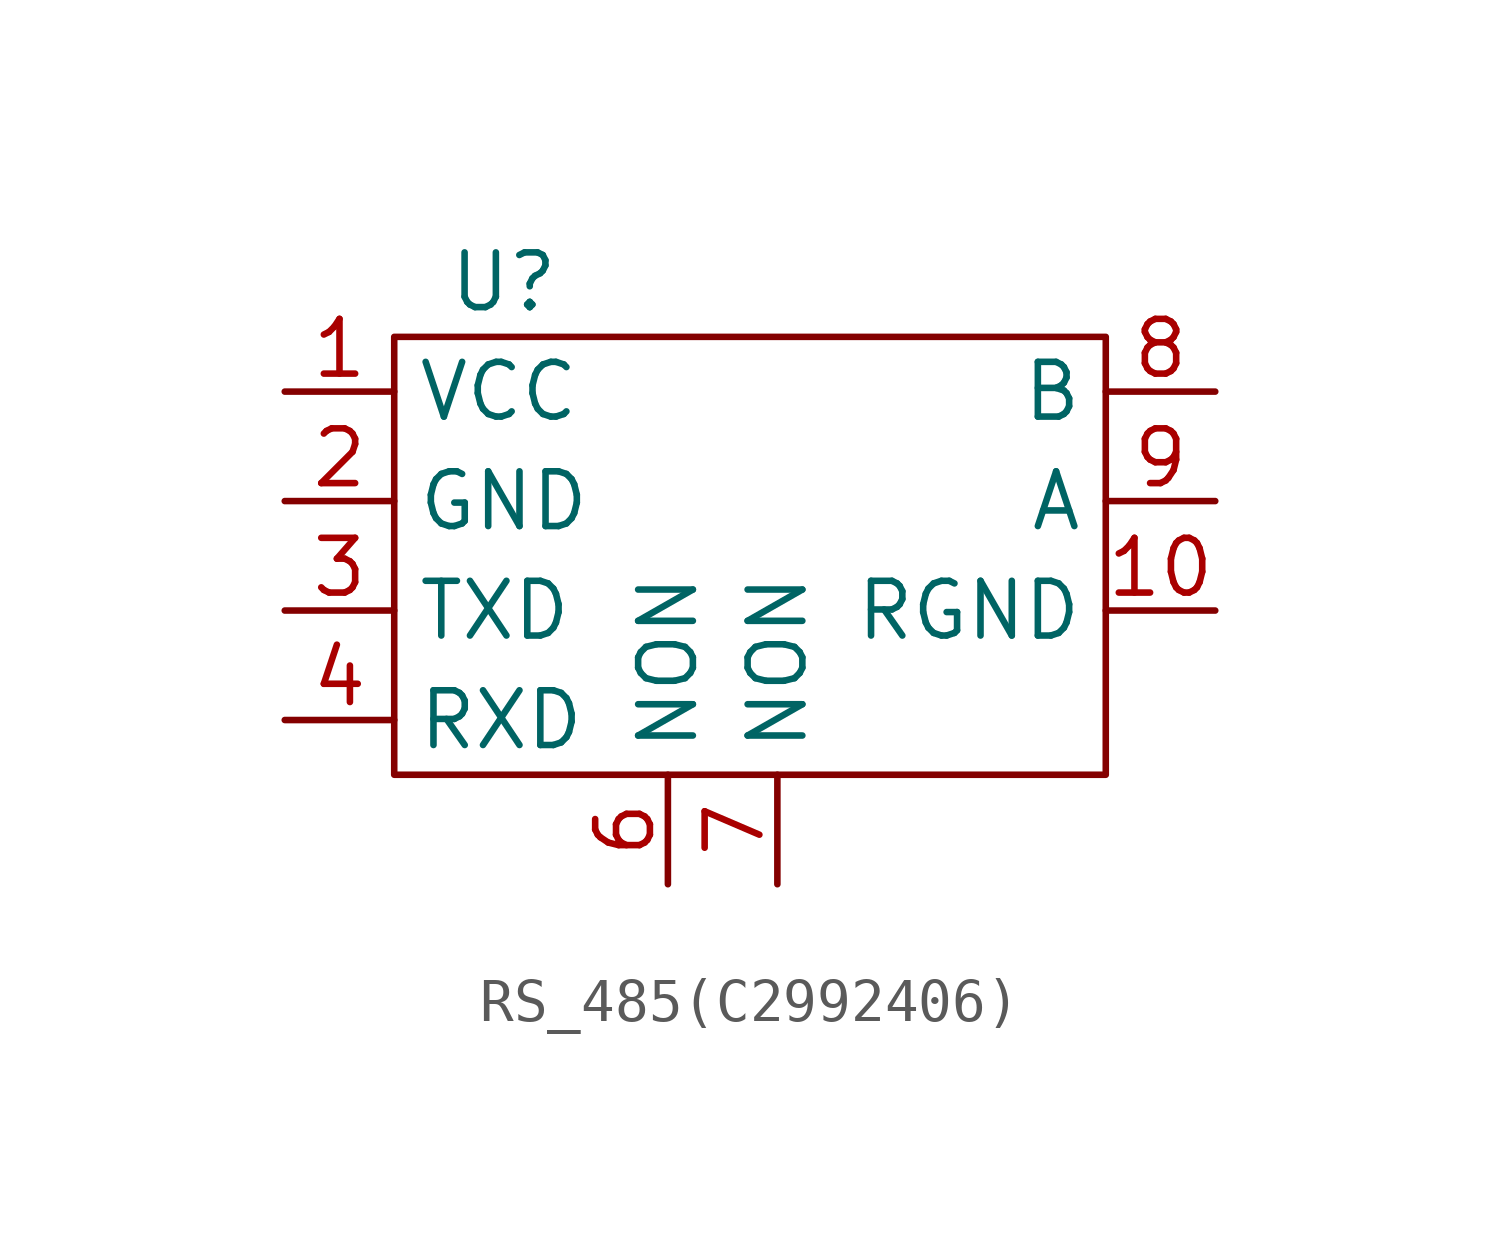
<source format=kicad_sym>
(kicad_symbol_lib
  (version 20241209)
  (generator "kicad_symbol_editor")
  (generator_version "9.0")
  (symbol "RS_485(C2992406)"
    (property "Reference" "U"
      (at 0 0 0)
      (effects (font (size 1.27 1.27))))
    (property "Value" ""
      (at 0 0 0)
      (effects (font (size 1.27 1.27))))
    (symbol "RS_485(C2992406)_0_1"
      (rectangle (start -2.54 -1.27) (end 13.97 -11.43) (stroke (width 0) (type default)) (fill (type none))))
    (symbol "RS_485(C2992406)_1_1"
      (pin input line (at -5.08 -2.54 0) (length 2.54) (name "VCC" (effects (font (size 1.27 1.27)))) (number "1" (effects (font (size 1.27 1.27)))))
      (pin input line (at -5.08 -5.08 0) (length 2.54) (name "GND" (effects (font (size 1.27 1.27)))) (number "2" (effects (font (size 1.27 1.27)))))
      (pin input line (at -5.08 -7.62 0) (length 2.54) (name "TXD" (effects (font (size 1.27 1.27)))) (number "3" (effects (font (size 1.27 1.27)))))
      (pin input line (at -5.08 -10.16 0) (length 2.54) (name "RXD" (effects (font (size 1.27 1.27)))) (number "4" (effects (font (size 1.27 1.27)))))
      (pin input line (at 3.81 -13.97 90) (length 2.54) (name "NON" (effects (font (size 1.27 1.27)))) (number "6" (effects (font (size 1.27 1.27)))))
      (pin input line (at 6.35 -13.97 90) (length 2.54) (name "NON" (effects (font (size 1.27 1.27)))) (number "7" (effects (font (size 1.27 1.27)))))
      (pin input line (at 16.51 -2.54 180) (length 2.54) (name "B" (effects (font (size 1.27 1.27)))) (number "8" (effects (font (size 1.27 1.27)))))
      (pin input line (at 16.51 -5.08 180) (length 2.54) (name "A" (effects (font (size 1.27 1.27)))) (number "9" (effects (font (size 1.27 1.27)))))
      (pin input line (at 16.51 -7.62 180) (length 2.54) (name "RGND" (effects (font (size 1.27 1.27)))) (number "10" (effects (font (size 1.27 1.27))))))))
</source>
